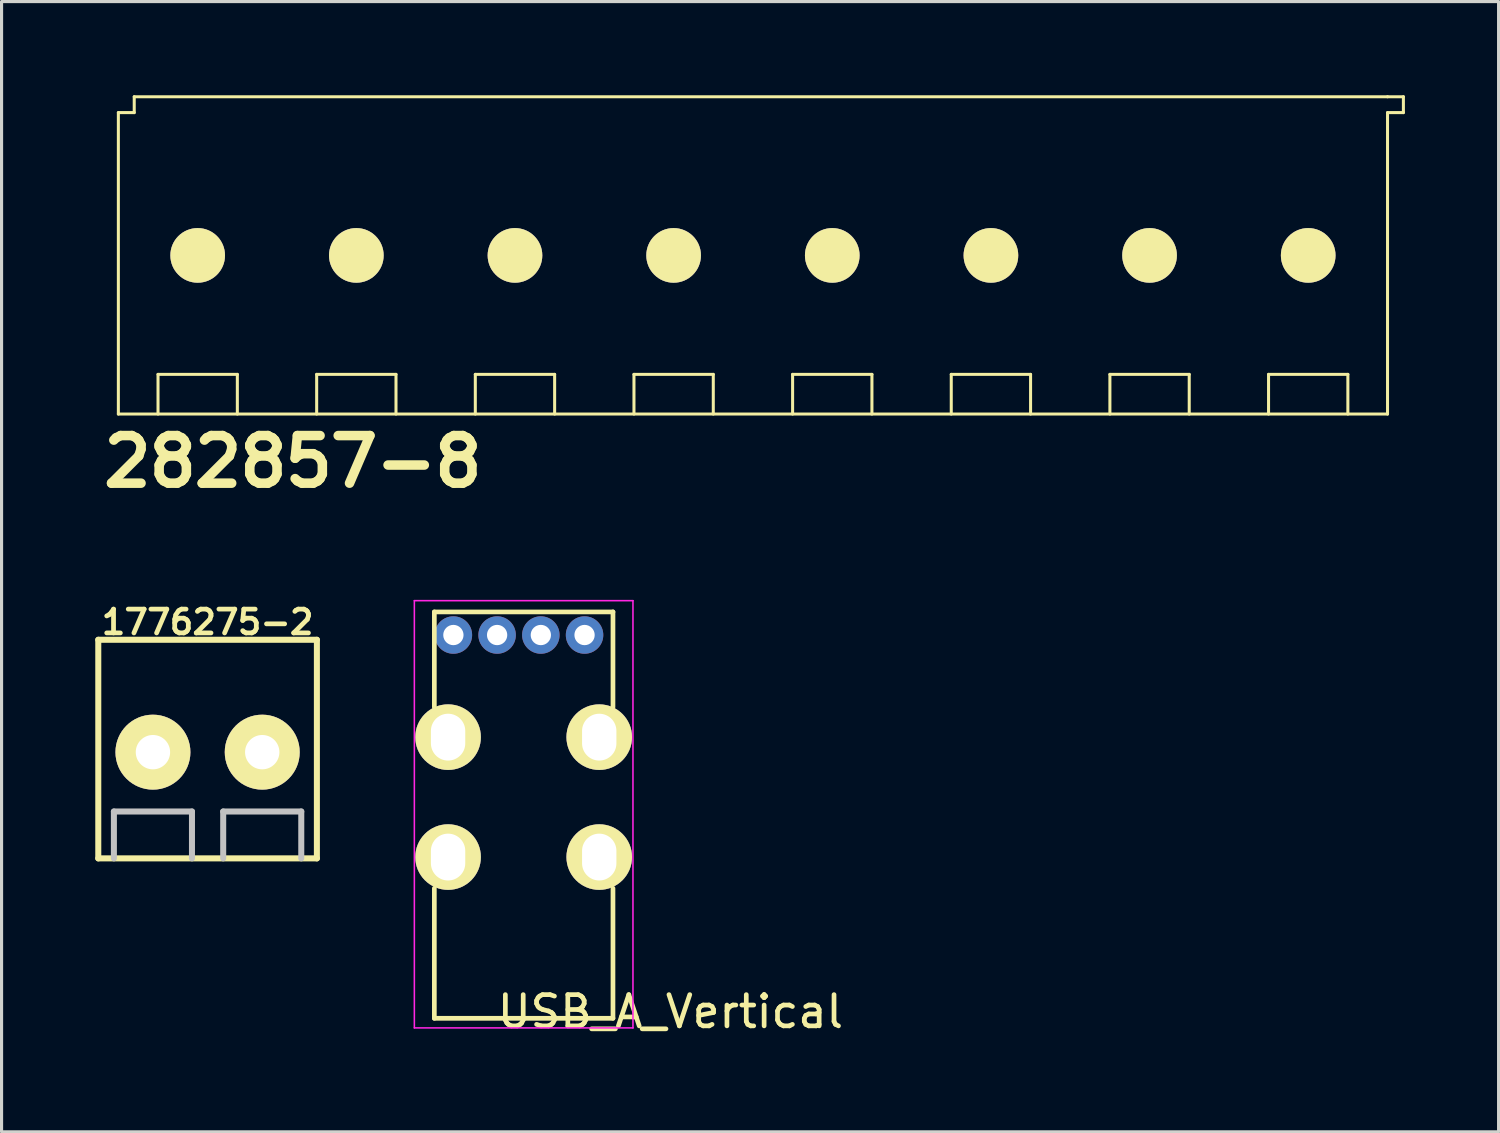
<source format=kicad_pcb>
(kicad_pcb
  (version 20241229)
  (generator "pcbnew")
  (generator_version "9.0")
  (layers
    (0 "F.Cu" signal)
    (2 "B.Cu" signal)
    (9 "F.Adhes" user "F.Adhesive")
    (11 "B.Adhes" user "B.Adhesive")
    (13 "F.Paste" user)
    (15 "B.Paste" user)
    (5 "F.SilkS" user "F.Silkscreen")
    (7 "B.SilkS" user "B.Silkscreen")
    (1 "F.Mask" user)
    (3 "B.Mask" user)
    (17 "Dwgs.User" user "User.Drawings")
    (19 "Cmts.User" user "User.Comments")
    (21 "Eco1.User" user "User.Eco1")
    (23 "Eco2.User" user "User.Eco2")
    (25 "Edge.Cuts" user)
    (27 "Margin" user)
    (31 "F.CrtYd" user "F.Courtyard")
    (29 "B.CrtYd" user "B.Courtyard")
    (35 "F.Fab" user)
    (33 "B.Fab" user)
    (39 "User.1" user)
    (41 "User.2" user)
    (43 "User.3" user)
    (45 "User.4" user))
  (footprint "282857-8"
    (layer "F.Cu")
    (at 21.06 5.128)
    (property "Reference" "282857-8" (at -14.732 6.604 0) (layer "F.SilkS") (effects (font (size 1.524 1.524) (thickness 0.305))))
    (attr through_hole)
    (fp_line (start -20.32 -4.572) (end -19.812 -4.572) (stroke (width 0.097) (type solid)) (layer "F.SilkS"))
    (fp_line (start -20.32 5.08) (end -20.32 -4.572) (stroke (width 0.097) (type solid)) (layer "F.SilkS"))
    (fp_line (start -19.812 -5.08) (end 20.32 -5.08) (stroke (width 0.097) (type solid)) (layer "F.SilkS"))
    (fp_line (start -19.812 -4.572) (end -19.812 -5.08) (stroke (width 0.097) (type solid)) (layer "F.SilkS"))
    (fp_line (start -19.05 3.81) (end -16.51 3.81) (stroke (width 0.097) (type solid)) (layer "F.SilkS"))
    (fp_line (start -19.05 5.08) (end -19.05 3.81) (stroke (width 0.097) (type solid)) (layer "F.SilkS"))
    (fp_line (start -16.51 3.81) (end -16.51 5.08) (stroke (width 0.097) (type solid)) (layer "F.SilkS"))
    (fp_line (start -13.97 3.81) (end -11.43 3.81) (stroke (width 0.097) (type solid)) (layer "F.SilkS"))
    (fp_line (start -13.97 5.08) (end -13.97 3.81) (stroke (width 0.097) (type solid)) (layer "F.SilkS"))
    (fp_line (start -11.43 3.81) (end -11.43 5.08) (stroke (width 0.097) (type solid)) (layer "F.SilkS"))
    (fp_line (start -8.89 3.81) (end -6.35 3.81) (stroke (width 0.097) (type solid)) (layer "F.SilkS"))
    (fp_line (start -8.89 5.08) (end -8.89 3.81) (stroke (width 0.097) (type solid)) (layer "F.SilkS"))
    (fp_line (start -6.35 3.81) (end -6.35 5.08) (stroke (width 0.097) (type solid)) (layer "F.SilkS"))
    (fp_line (start -3.81 3.81) (end -1.27 3.81) (stroke (width 0.097) (type solid)) (layer "F.SilkS"))
    (fp_line (start -3.81 5.08) (end -3.81 3.81) (stroke (width 0.097) (type solid)) (layer "F.SilkS"))
    (fp_line (start -1.27 3.81) (end -1.27 5.08) (stroke (width 0.097) (type solid)) (layer "F.SilkS"))
    (fp_line (start 1.27 3.81) (end 3.81 3.81) (stroke (width 0.097) (type solid)) (layer "F.SilkS"))
    (fp_line (start 1.27 5.08) (end 1.27 3.81) (stroke (width 0.097) (type solid)) (layer "F.SilkS"))
    (fp_line (start 3.81 3.81) (end 3.81 5.08) (stroke (width 0.097) (type solid)) (layer "F.SilkS"))
    (fp_line (start 6.35 3.81) (end 8.89 3.81) (stroke (width 0.097) (type solid)) (layer "F.SilkS"))
    (fp_line (start 6.35 5.08) (end 6.35 3.81) (stroke (width 0.097) (type solid)) (layer "F.SilkS"))
    (fp_line (start 8.89 3.81) (end 8.89 5.08) (stroke (width 0.097) (type solid)) (layer "F.SilkS"))
    (fp_line (start 11.43 3.81) (end 13.97 3.81) (stroke (width 0.097) (type solid)) (layer "F.SilkS"))
    (fp_line (start 11.43 5.08) (end 11.43 3.81) (stroke (width 0.097) (type solid)) (layer "F.SilkS"))
    (fp_line (start 13.97 3.81) (end 13.97 5.08) (stroke (width 0.097) (type solid)) (layer "F.SilkS"))
    (fp_line (start 16.51 3.81) (end 19.05 3.81) (stroke (width 0.097) (type solid)) (layer "F.SilkS"))
    (fp_line (start 16.51 5.08) (end 16.51 3.81) (stroke (width 0.097) (type solid)) (layer "F.SilkS"))
    (fp_line (start 19.05 3.81) (end 19.05 5.08) (stroke (width 0.097) (type solid)) (layer "F.SilkS"))
    (fp_line (start 20.32 -5.08) (end 20.828 -5.08) (stroke (width 0.097) (type solid)) (layer "F.SilkS"))
    (fp_line (start 20.32 5.08) (end -20.32 5.08) (stroke (width 0.097) (type solid)) (layer "F.SilkS"))
    (fp_line (start 20.32 5.08) (end 20.32 -4.572) (stroke (width 0.097) (type solid)) (layer "F.SilkS"))
    (fp_line (start 20.828 -5.08) (end 20.828 -4.572) (stroke (width 0.097) (type solid)) (layer "F.SilkS"))
    (fp_line (start 20.828 -4.572) (end 20.32 -4.572) (stroke (width 0.097) (type solid)) (layer "F.SilkS"))
    (pad "1" thru_hole circle (at -17.78 0) (size 1.75 1.75) (drill 0.000001) (layers "*.Cu" "*.Mask" "F.SilkS"))
    (pad "2" thru_hole circle (at -12.7 0) (size 1.75 1.75) (drill 0.000001) (layers "*.Cu" "*.Mask" "F.SilkS"))
    (pad "3" thru_hole circle (at -7.62 0) (size 1.75 1.75) (drill 0.000001) (layers "*.Cu" "*.Mask" "F.SilkS"))
    (pad "4" thru_hole circle (at -2.54 0) (size 1.75 1.75) (drill 0.000001) (layers "*.Cu" "*.Mask" "F.SilkS"))
    (pad "5" thru_hole circle (at 2.54 0) (size 1.75 1.75) (drill 0.000001) (layers "*.Cu" "*.Mask" "F.SilkS"))
    (pad "6" thru_hole circle (at 7.62 0) (size 1.75 1.75) (drill 0.000001) (layers "*.Cu" "*.Mask" "F.SilkS"))
    (pad "7" thru_hole circle (at 12.7 0) (size 1.75 1.75) (drill 0.000001) (layers "*.Cu" "*.Mask" "F.SilkS"))
    (pad "8" thru_hole circle (at 17.78 0) (size 1.75 1.75) (drill 0.000001) (layers "*.Cu" "*.Mask" "F.SilkS")))
  (footprint "USB_A_Vertical"
    (layer "F.Cu")
    (at 13.568 24.394)
    (property "Reference" "USB_A_Vertical" (at 4.85 4.95 0) (layer "F.SilkS") (effects (font (size 1 1) (thickness 0.15))))
    (attr through_hole)
    (fp_line (start -2.71 -7.85) (end -2.71 -4.8) (stroke (width 0.15) (type solid)) (layer "F.SilkS"))
    (fp_line (start -2.71 -7.85) (end 3.01 -7.85) (stroke (width 0.15) (type solid)) (layer "F.SilkS"))
    (fp_line (start -2.71 1) (end -2.71 5.163) (stroke (width 0.15) (type solid)) (layer "F.SilkS"))
    (fp_line (start -2.71 5.163) (end 3.01 5.163) (stroke (width 0.15) (type solid)) (layer "F.SilkS"))
    (fp_line (start 3.01 -7.85) (end 3.01 -4.8) (stroke (width 0.15) (type solid)) (layer "F.SilkS"))
    (fp_line (start 3.01 1) (end 3.01 5.163) (stroke (width 0.15) (type solid)) (layer "F.SilkS"))
    (fp_line (start -3.35 5.47) (end -3.35 -8.21) (stroke (width 0.05) (type solid)) (layer "F.CrtYd"))
    (fp_line (start -3.35 5.47) (end 3.65 5.47) (stroke (width 0.05) (type solid)) (layer "F.CrtYd"))
    (fp_line (start 3.65 -8.21) (end -3.35 -8.21) (stroke (width 0.05) (type solid)) (layer "F.CrtYd"))
    (fp_line (start 3.65 -8.21) (end 3.65 5.47) (stroke (width 0.05) (type solid)) (layer "F.CrtYd"))
    (pad "1" thru_hole circle (at 2.1 -7.11) (size 1.2 1.2) (drill 0.65) (layers "*.Cu" "*.Mask"))
    (pad "2" thru_hole circle (at 0.7 -7.11) (size 1.2 1.2) (drill 0.65) (layers "*.Cu" "*.Mask"))
    (pad "3" thru_hole circle (at -0.7 -7.11) (size 1.2 1.2) (drill 0.65) (layers "*.Cu" "*.Mask"))
    (pad "4" thru_hole circle (at -2.1 -7.11) (size 1.2 1.2) (drill 0.65) (layers "*.Cu" "*.Mask"))
    (pad "5" thru_hole oval (at -2.27 -3.84) (size 2.1 2.1) (drill oval 1.1 1.5) (layers "*.Cu" "*.Mask" "F.SilkS"))
    (pad "5" thru_hole oval (at -2.27 0) (size 2.1 2.1) (drill oval 1.1 1.5) (layers "*.Cu" "*.Mask" "F.SilkS"))
    (pad "5" thru_hole oval (at 2.57 -3.84) (size 2.1 2.1) (drill oval 1.1 1.5) (layers "*.Cu" "*.Mask" "F.SilkS"))
    (pad "5" thru_hole oval (at 2.57 0) (size 2.1 2.1) (drill oval 1.1 1.5) (layers "*.Cu" "*.Mask" "F.SilkS")))
  (footprint "1776275-2"
    (layer "F.Cu")
    (at 3.597 20.936)
    (property "Reference" "1776275-2" (at 0 -4.064 0) (layer "F.SilkS") (effects (font (size 0.762 0.762) (thickness 0.152))))
    (attr through_hole)
    (fp_line (start -3.5 -3.5) (end -3.5 3.5) (stroke (width 0.193) (type solid)) (layer "F.SilkS"))
    (fp_line (start -3.5 -3.5) (end 3.5 -3.5) (stroke (width 0.193) (type solid)) (layer "F.SilkS"))
    (fp_line (start -3.5 3.5) (end 3.5 3.5) (stroke (width 0.193) (type solid)) (layer "F.SilkS"))
    (fp_line (start 3.5 -3.5) (end 3.5 3.5) (stroke (width 0.193) (type solid)) (layer "F.SilkS"))
    (fp_line (start -3 1.999) (end -0.5 1.999) (stroke (width 0.193) (type solid)) (layer "Dwgs.User"))
    (fp_line (start -3 3.5) (end -3 1.999) (stroke (width 0.193) (type solid)) (layer "Dwgs.User"))
    (fp_line (start -0.5 1.999) (end -0.5 3.5) (stroke (width 0.193) (type solid)) (layer "Dwgs.User"))
    (fp_line (start 0.5 1.999) (end 3 1.999) (stroke (width 0.193) (type solid)) (layer "Dwgs.User"))
    (fp_line (start 0.5 3.5) (end 0.5 1.999) (stroke (width 0.193) (type solid)) (layer "Dwgs.User"))
    (fp_line (start 3 1.999) (end 3 3.5) (stroke (width 0.193) (type solid)) (layer "Dwgs.User"))
    (pad "1" thru_hole circle (at -1.75 0.099) (size 2.4 2.4) (drill 1.1) (layers "*.Cu" "*.Mask" "F.SilkS"))
    (pad "2" thru_hole circle (at 1.75 0.099) (size 2.4 2.4) (drill 1.1) (layers "*.Cu" "*.Mask" "F.SilkS")))
  (gr_rect
    (start -3 -3)
    (end 44.936 33.192)
    (stroke (width 0.1) (type default))
    (fill no)
    (layer "Edge.Cuts")))
</source>
